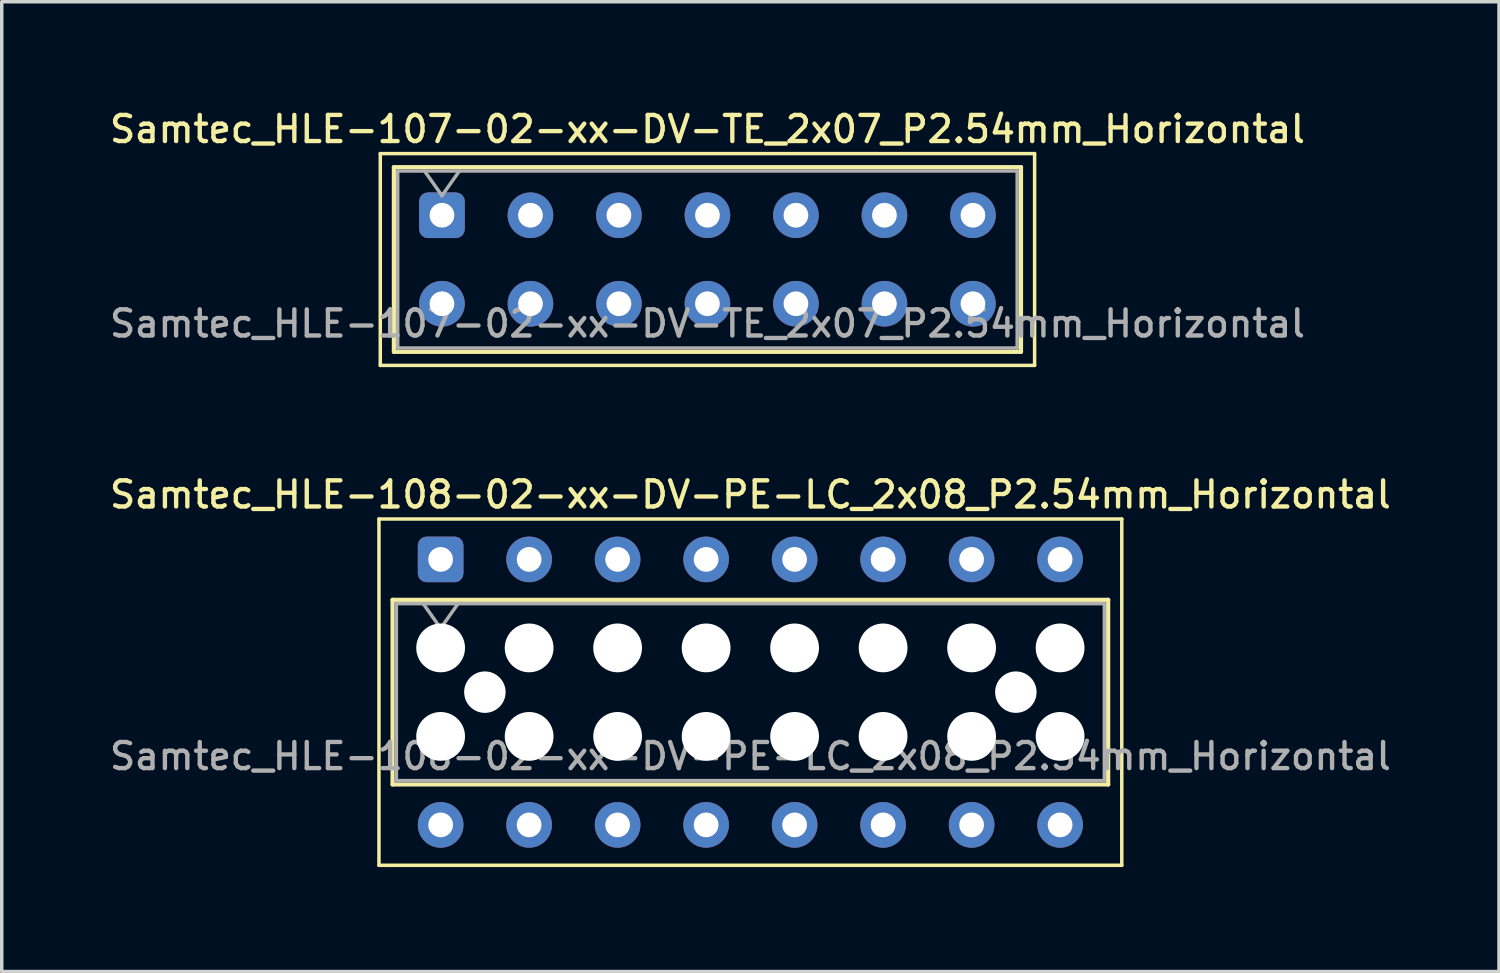
<source format=kicad_pcb>
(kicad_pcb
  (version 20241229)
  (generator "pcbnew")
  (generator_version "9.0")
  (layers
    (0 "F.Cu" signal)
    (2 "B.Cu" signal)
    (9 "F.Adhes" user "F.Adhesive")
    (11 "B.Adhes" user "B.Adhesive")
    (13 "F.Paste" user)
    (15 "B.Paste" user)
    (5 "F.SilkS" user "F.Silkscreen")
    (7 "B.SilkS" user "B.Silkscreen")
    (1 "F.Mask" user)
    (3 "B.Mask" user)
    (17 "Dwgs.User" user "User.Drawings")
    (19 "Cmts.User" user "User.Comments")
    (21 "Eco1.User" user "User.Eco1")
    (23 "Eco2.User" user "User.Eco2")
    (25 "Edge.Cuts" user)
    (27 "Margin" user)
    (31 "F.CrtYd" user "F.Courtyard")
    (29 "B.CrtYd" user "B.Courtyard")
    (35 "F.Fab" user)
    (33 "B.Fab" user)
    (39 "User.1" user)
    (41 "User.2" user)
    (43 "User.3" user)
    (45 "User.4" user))
  (footprint "Samtec_HLE-107-02-xx-DV-TE_2x07_P2.54mm_Horizontal"
    (layer "F.Cu")
    (at 9.635 3.128)
    (property "Reference" "Samtec_HLE-107-02-xx-DV-TE_2x07_P2.54mm_Horizontal" (at 7.62 -2.47 0) (layer "F.SilkS") (effects (font (size 0.75 0.75) (thickness 0.125))))
    (attr through_hole)
    (fp_line (start -1.77 -1.77) (end 17.01 -1.77) (stroke (width 0.1) (type solid)) (layer "F.SilkS"))
    (fp_line (start -1.77 4.31) (end -1.77 -1.77) (stroke (width 0.1) (type solid)) (layer "F.SilkS"))
    (fp_line (start -1.38 -1.38) (end 16.62 -1.38) (stroke (width 0.12) (type solid)) (layer "F.SilkS"))
    (fp_line (start -1.38 3.92) (end -1.38 -1.38) (stroke (width 0.12) (type solid)) (layer "F.SilkS"))
    (fp_line (start 16.62 -1.38) (end 16.62 3.92) (stroke (width 0.12) (type solid)) (layer "F.SilkS"))
    (fp_line (start 16.62 3.92) (end -1.38 3.92) (stroke (width 0.12) (type solid)) (layer "F.SilkS"))
    (fp_line (start 17.01 -1.77) (end 17.01 4.31) (stroke (width 0.1) (type solid)) (layer "F.SilkS"))
    (fp_line (start 17.01 4.31) (end -1.77 4.31) (stroke (width 0.1) (type solid)) (layer "F.SilkS"))
    (fp_line (start -1.27 -1.27) (end 16.51 -1.27) (stroke (width 0.1) (type solid)) (layer "F.Fab"))
    (fp_line (start -1.27 3.81) (end -1.27 -1.27) (stroke (width 0.1) (type solid)) (layer "F.Fab"))
    (fp_line (start -0.5 -1.27) (end 0 -0.563) (stroke (width 0.1) (type solid)) (layer "F.Fab"))
    (fp_line (start 0 -0.563) (end 0.5 -1.27) (stroke (width 0.1) (type solid)) (layer "F.Fab"))
    (fp_line (start 16.51 -1.27) (end 16.51 3.81) (stroke (width 0.1) (type solid)) (layer "F.Fab"))
    (fp_line (start 16.51 3.81) (end -1.27 3.81) (stroke (width 0.1) (type solid)) (layer "F.Fab"))
    (fp_text user "${REFERENCE}" (at 7.62 3.11 0) (layer "F.Fab") (effects (font (size 0.75 0.75) (thickness 0.125))))
    (pad "1" thru_hole roundrect (at 0 0) (size 1.31 1.31) (drill 0.71) (layers "*.Cu" "*.Mask") (roundrect_rratio 0.191))
    (pad "2" thru_hole circle (at 0 2.54) (size 1.31 1.31) (drill 0.71) (layers "*.Cu" "*.Mask"))
    (pad "3" thru_hole circle (at 2.54 0) (size 1.31 1.31) (drill 0.71) (layers "*.Cu" "*.Mask"))
    (pad "4" thru_hole circle (at 2.54 2.54) (size 1.31 1.31) (drill 0.71) (layers "*.Cu" "*.Mask"))
    (pad "5" thru_hole circle (at 5.08 0) (size 1.31 1.31) (drill 0.71) (layers "*.Cu" "*.Mask"))
    (pad "6" thru_hole circle (at 5.08 2.54) (size 1.31 1.31) (drill 0.71) (layers "*.Cu" "*.Mask"))
    (pad "7" thru_hole circle (at 7.62 0) (size 1.31 1.31) (drill 0.71) (layers "*.Cu" "*.Mask"))
    (pad "8" thru_hole circle (at 7.62 2.54) (size 1.31 1.31) (drill 0.71) (layers "*.Cu" "*.Mask"))
    (pad "9" thru_hole circle (at 10.16 0) (size 1.31 1.31) (drill 0.71) (layers "*.Cu" "*.Mask"))
    (pad "10" thru_hole circle (at 10.16 2.54) (size 1.31 1.31) (drill 0.71) (layers "*.Cu" "*.Mask"))
    (pad "11" thru_hole circle (at 12.7 0) (size 1.31 1.31) (drill 0.71) (layers "*.Cu" "*.Mask"))
    (pad "12" thru_hole circle (at 12.7 2.54) (size 1.31 1.31) (drill 0.71) (layers "*.Cu" "*.Mask"))
    (pad "13" thru_hole circle (at 15.24 0) (size 1.31 1.31) (drill 0.71) (layers "*.Cu" "*.Mask"))
    (pad "14" thru_hole circle (at 15.24 2.54) (size 1.31 1.31) (drill 0.71) (layers "*.Cu" "*.Mask")))
  (footprint "Samtec_HLE-108-02-xx-DV-PE-LC_2x08_P2.54mm_Horizontal"
    (layer "F.Cu")
    (at 9.597 13.006)
    (property "Reference" "Samtec_HLE-108-02-xx-DV-PE-LC_2x08_P2.54mm_Horizontal" (at 8.89 -1.86 0) (layer "F.SilkS") (effects (font (size 0.75 0.75) (thickness 0.125))))
    (attr through_hole)
    (fp_line (start -1.77 -1.16) (end 19.55 -1.16) (stroke (width 0.1) (type solid)) (layer "F.SilkS"))
    (fp_line (start -1.77 8.78) (end -1.77 -1.16) (stroke (width 0.1) (type solid)) (layer "F.SilkS"))
    (fp_line (start -1.38 1.16) (end 19.16 1.16) (stroke (width 0.12) (type solid)) (layer "F.SilkS"))
    (fp_line (start -1.38 6.46) (end -1.38 1.16) (stroke (width 0.12) (type solid)) (layer "F.SilkS"))
    (fp_line (start 19.16 1.16) (end 19.16 6.46) (stroke (width 0.12) (type solid)) (layer "F.SilkS"))
    (fp_line (start 19.16 6.46) (end -1.38 6.46) (stroke (width 0.12) (type solid)) (layer "F.SilkS"))
    (fp_line (start 19.55 -1.16) (end 19.55 8.78) (stroke (width 0.1) (type solid)) (layer "F.SilkS"))
    (fp_line (start 19.55 8.78) (end -1.77 8.78) (stroke (width 0.1) (type solid)) (layer "F.SilkS"))
    (fp_line (start -1.27 1.27) (end 19.05 1.27) (stroke (width 0.1) (type solid)) (layer "F.Fab"))
    (fp_line (start -1.27 6.35) (end -1.27 1.27) (stroke (width 0.1) (type solid)) (layer "F.Fab"))
    (fp_line (start -0.5 1.27) (end 0 1.977) (stroke (width 0.1) (type solid)) (layer "F.Fab"))
    (fp_line (start 0 1.977) (end 0.5 1.27) (stroke (width 0.1) (type solid)) (layer "F.Fab"))
    (fp_line (start 19.05 1.27) (end 19.05 6.35) (stroke (width 0.1) (type solid)) (layer "F.Fab"))
    (fp_line (start 19.05 6.35) (end -1.27 6.35) (stroke (width 0.1) (type solid)) (layer "F.Fab"))
    (fp_text user "${REFERENCE}" (at 8.89 5.65 0) (layer "F.Fab") (effects (font (size 0.75 0.75) (thickness 0.125))))
    (pad "" np_thru_hole circle (at 0 2.54) (size 1.4 1.4) (drill 1.4) (layers "*.Cu" "*.Mask"))
    (pad "" np_thru_hole circle (at 0 5.08) (size 1.4 1.4) (drill 1.4) (layers "*.Cu" "*.Mask"))
    (pad "" np_thru_hole circle (at 1.27 3.81) (size 1.19 1.19) (drill 1.19) (layers "*.Cu" "*.Mask"))
    (pad "" np_thru_hole circle (at 2.54 2.54) (size 1.4 1.4) (drill 1.4) (layers "*.Cu" "*.Mask"))
    (pad "" np_thru_hole circle (at 2.54 5.08) (size 1.4 1.4) (drill 1.4) (layers "*.Cu" "*.Mask"))
    (pad "" np_thru_hole circle (at 5.08 2.54) (size 1.4 1.4) (drill 1.4) (layers "*.Cu" "*.Mask"))
    (pad "" np_thru_hole circle (at 5.08 5.08) (size 1.4 1.4) (drill 1.4) (layers "*.Cu" "*.Mask"))
    (pad "" np_thru_hole circle (at 7.62 2.54) (size 1.4 1.4) (drill 1.4) (layers "*.Cu" "*.Mask"))
    (pad "" np_thru_hole circle (at 7.62 5.08) (size 1.4 1.4) (drill 1.4) (layers "*.Cu" "*.Mask"))
    (pad "" np_thru_hole circle (at 10.16 2.54) (size 1.4 1.4) (drill 1.4) (layers "*.Cu" "*.Mask"))
    (pad "" np_thru_hole circle (at 10.16 5.08) (size 1.4 1.4) (drill 1.4) (layers "*.Cu" "*.Mask"))
    (pad "" np_thru_hole circle (at 12.7 2.54) (size 1.4 1.4) (drill 1.4) (layers "*.Cu" "*.Mask"))
    (pad "" np_thru_hole circle (at 12.7 5.08) (size 1.4 1.4) (drill 1.4) (layers "*.Cu" "*.Mask"))
    (pad "" np_thru_hole circle (at 15.24 2.54) (size 1.4 1.4) (drill 1.4) (layers "*.Cu" "*.Mask"))
    (pad "" np_thru_hole circle (at 15.24 5.08) (size 1.4 1.4) (drill 1.4) (layers "*.Cu" "*.Mask"))
    (pad "" np_thru_hole circle (at 16.51 3.81) (size 1.19 1.19) (drill 1.19) (layers "*.Cu" "*.Mask"))
    (pad "" np_thru_hole circle (at 17.78 2.54) (size 1.4 1.4) (drill 1.4) (layers "*.Cu" "*.Mask"))
    (pad "" np_thru_hole circle (at 17.78 5.08) (size 1.4 1.4) (drill 1.4) (layers "*.Cu" "*.Mask"))
    (pad "1" thru_hole roundrect (at 0 0) (size 1.31 1.31) (drill 0.71) (layers "*.Cu" "*.Mask") (roundrect_rratio 0.191))
    (pad "2" thru_hole circle (at 0 7.62) (size 1.31 1.31) (drill 0.71) (layers "*.Cu" "*.Mask"))
    (pad "3" thru_hole circle (at 2.54 0) (size 1.31 1.31) (drill 0.71) (layers "*.Cu" "*.Mask"))
    (pad "4" thru_hole circle (at 2.54 7.62) (size 1.31 1.31) (drill 0.71) (layers "*.Cu" "*.Mask"))
    (pad "5" thru_hole circle (at 5.08 0) (size 1.31 1.31) (drill 0.71) (layers "*.Cu" "*.Mask"))
    (pad "6" thru_hole circle (at 5.08 7.62) (size 1.31 1.31) (drill 0.71) (layers "*.Cu" "*.Mask"))
    (pad "7" thru_hole circle (at 7.62 0) (size 1.31 1.31) (drill 0.71) (layers "*.Cu" "*.Mask"))
    (pad "8" thru_hole circle (at 7.62 7.62) (size 1.31 1.31) (drill 0.71) (layers "*.Cu" "*.Mask"))
    (pad "9" thru_hole circle (at 10.16 0) (size 1.31 1.31) (drill 0.71) (layers "*.Cu" "*.Mask"))
    (pad "10" thru_hole circle (at 10.16 7.62) (size 1.31 1.31) (drill 0.71) (layers "*.Cu" "*.Mask"))
    (pad "11" thru_hole circle (at 12.7 0) (size 1.31 1.31) (drill 0.71) (layers "*.Cu" "*.Mask"))
    (pad "12" thru_hole circle (at 12.7 7.62) (size 1.31 1.31) (drill 0.71) (layers "*.Cu" "*.Mask"))
    (pad "13" thru_hole circle (at 15.24 0) (size 1.31 1.31) (drill 0.71) (layers "*.Cu" "*.Mask"))
    (pad "14" thru_hole circle (at 15.24 7.62) (size 1.31 1.31) (drill 0.71) (layers "*.Cu" "*.Mask"))
    (pad "15" thru_hole circle (at 17.78 0) (size 1.31 1.31) (drill 0.71) (layers "*.Cu" "*.Mask"))
    (pad "16" thru_hole circle (at 17.78 7.62) (size 1.31 1.31) (drill 0.71) (layers "*.Cu" "*.Mask")))
  (gr_rect
    (start -3 -3)
    (end 39.975 24.836)
    (stroke (width 0.1) (type default))
    (fill no)
    (layer "Edge.Cuts")))
</source>
